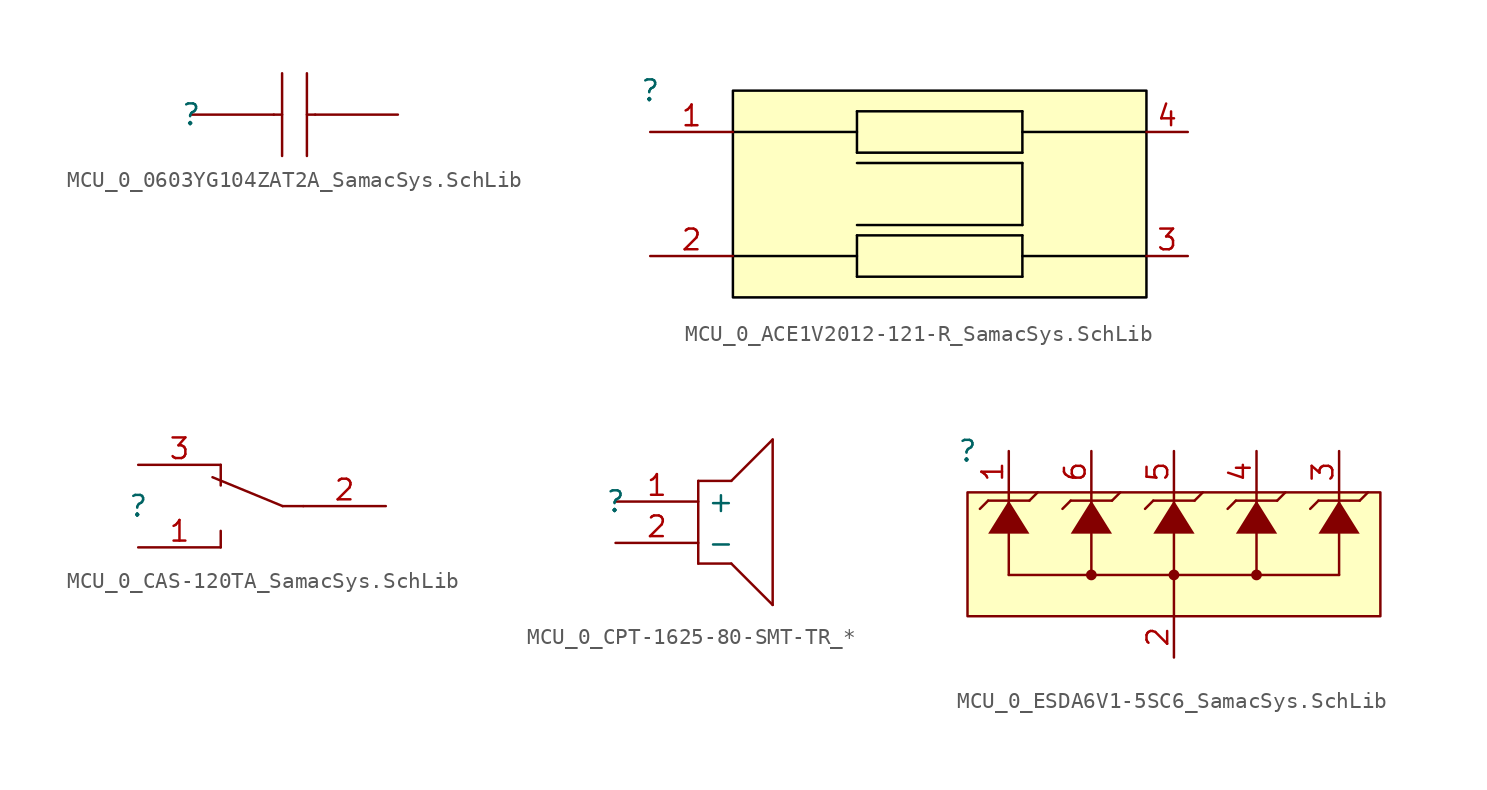
<source format=kicad_sym>
(kicad_symbol_lib
  (version 20241209)
  (generator "kicad_symbol_editor")
  (generator_version "9.0")
  (symbol "MCU_0_0603YG104ZAT2A_SamacSys.SchLib"
    (pin_numbers
      (hide yes))
    (pin_names
      (hide yes))
    (property "Reference" ""
      (at 0 0 0)
      (effects (font (size 1.27 1.27))))
    (property "Value" ""
      (at 0 0 0)
      (effects (font (size 1.27 1.27))))
    (symbol "MCU_0_0603YG104ZAT2A_SamacSys.SchLib_1_0"
      (polyline (pts (xy 5.08 0) (xy 5.588 0)) (stroke (width 0) (type solid)) (fill (type none)))
      (polyline (pts (xy 5.588 2.54) (xy 5.588 -2.54)) (stroke (width 0) (type solid)) (fill (type none)))
      (polyline (pts (xy 7.112 2.54) (xy 7.112 -2.54)) (stroke (width 0) (type solid)) (fill (type none)))
      (polyline (pts (xy 7.112 0) (xy 7.62 0)) (stroke (width 0) (type solid)) (fill (type none)))
      (pin passive line (at 0 0 0) (length 5.08) (name "1" (effects (font (size 1.27 1.27)))) (number "1" (effects (font (size 1.27 1.27)))))
      (pin passive line (at 12.7 0 180) (length 5.08) (name "2" (effects (font (size 1.27 1.27)))) (number "2" (effects (font (size 1.27 1.27)))))))
  (symbol "MCU_0_ACE1V2012-121-R_SamacSys.SchLib"
    (pin_names
      (hide yes))
    (property "Reference" ""
      (at 0 0 0)
      (effects (font (size 1.27 1.27))))
    (property "Value" ""
      (at 0 0 0)
      (effects (font (size 1.27 1.27))))
    (symbol "MCU_0_ACE1V2012-121-R_SamacSys.SchLib_1_0"
      (polyline (pts (xy 5.08 -2.54) (xy 12.7 -2.54)) (stroke (width 0) (type solid) (color 0 0 0 1)) (fill (type none)))
      (polyline (pts (xy 5.08 -10.16) (xy 12.7 -10.16)) (stroke (width 0) (type solid) (color 0 0 0 1)) (fill (type none)))
      (polyline (pts (xy 12.7 -1.27) (xy 12.7 -3.81)) (stroke (width 0) (type solid) (color 0 0 0 1)) (fill (type none)))
      (polyline (pts (xy 12.7 -3.81) (xy 22.86 -3.81)) (stroke (width 0) (type solid) (color 0 0 0 1)) (fill (type none)))
      (polyline (pts (xy 12.7 -4.445) (xy 22.86 -4.445)) (stroke (width 0) (type solid) (color 0 0 0 1)) (fill (type none)))
      (polyline (pts (xy 12.7 -8.89) (xy 22.86 -8.89)) (stroke (width 0) (type solid) (color 0 0 0 1)) (fill (type none)))
      (polyline (pts (xy 12.7 -11.43) (xy 12.7 -8.89)) (stroke (width 0) (type solid) (color 0 0 0 1)) (fill (type none)))
      (polyline (pts (xy 22.86 -1.27) (xy 12.7 -1.27)) (stroke (width 0) (type solid) (color 0 0 0 1)) (fill (type none)))
      (polyline (pts (xy 22.86 -3.81) (xy 22.86 -1.27)) (stroke (width 0) (type solid) (color 0 0 0 1)) (fill (type none)))
      (polyline (pts (xy 22.86 -4.445) (xy 22.86 -8.255)) (stroke (width 0) (type solid) (color 0 0 0 1)) (fill (type none)))
      (polyline (pts (xy 22.86 -8.255) (xy 12.7 -8.255)) (stroke (width 0) (type solid) (color 0 0 0 1)) (fill (type none)))
      (polyline (pts (xy 22.86 -8.89) (xy 22.86 -11.43)) (stroke (width 0) (type solid) (color 0 0 0 1)) (fill (type none)))
      (polyline (pts (xy 22.86 -11.43) (xy 12.7 -11.43)) (stroke (width 0) (type solid) (color 0 0 0 1)) (fill (type none)))
      (rectangle (start 30.48 0) (end 5.08 -12.7) (stroke (width 0) (type solid) (color 0 0 0 1)) (fill (type background)))
      (polyline (pts (xy 30.48 -2.54) (xy 22.86 -2.54)) (stroke (width 0) (type solid) (color 0 0 0 1)) (fill (type none)))
      (polyline (pts (xy 30.48 -10.16) (xy 22.86 -10.16)) (stroke (width 0) (type solid) (color 0 0 0 1)) (fill (type none)))
      (pin passive line (at 0 -2.54 0) (length 5.08) (name "1" (effects (font (size 1.27 1.27)))) (number "1" (effects (font (size 1.27 1.27)))))
      (pin passive line (at 0 -10.16 0) (length 5.08) (name "2" (effects (font (size 1.27 1.27)))) (number "2" (effects (font (size 1.27 1.27)))))
      (pin passive line (at 33.02 -2.54 180) (length 2.54) (name "4" (effects (font (size 1.27 1.27)))) (number "4" (effects (font (size 1.27 1.27)))))
      (pin passive line (at 33.02 -10.16 180) (length 2.54) (name "3" (effects (font (size 1.27 1.27)))) (number "3" (effects (font (size 1.27 1.27)))))))
  (symbol "MCU_0_CAS-120TA_SamacSys.SchLib"
    (pin_names
      (hide yes))
    (property "Reference" ""
      (at 0 0 0)
      (effects (font (size 1.27 1.27))))
    (property "Value" ""
      (at 0 0 0)
      (effects (font (size 1.27 1.27))))
    (symbol "MCU_0_CAS-120TA_SamacSys.SchLib_1_0"
      (polyline (pts (xy 4.572 1.778) (xy 8.89 0)) (stroke (width 0) (type solid)) (fill (type none)))
      (polyline (pts (xy 5.08 2.54) (xy 5.08 1.27)) (stroke (width 0) (type solid)) (fill (type none)))
      (polyline (pts (xy 5.08 -1.524) (xy 5.08 -2.54)) (stroke (width 0) (type solid)) (fill (type none)))
      (polyline (pts (xy 8.89 0) (xy 10.16 0)) (stroke (width 0) (type solid)) (fill (type none)))
      (pin passive line (at 0 2.54 0) (length 5.08) (name "NC_1" (effects (font (size 1.27 1.27)))) (number "3" (effects (font (size 1.27 1.27)))))
      (pin passive line (at 0 -2.54 0) (length 5.08) (name "NO_1" (effects (font (size 1.27 1.27)))) (number "1" (effects (font (size 1.27 1.27)))))
      (pin passive line (at 15.24 0 180) (length 5.08) (name "COM_1" (effects (font (size 1.27 1.27)))) (number "2" (effects (font (size 1.27 1.27)))))))
  (symbol "MCU_0_CPT-1625-80-SMT-TR_*"
    (property "Reference" ""
      (at 0 0 0)
      (effects (font (size 1.27 1.27))))
    (property "Value" ""
      (at 0 0 0)
      (effects (font (size 1.27 1.27))))
    (symbol "MCU_0_CPT-1625-80-SMT-TR_*_1_0"
      (polyline (pts (xy 5.08 1.27) (xy 5.08 -3.81)) (stroke (width 0) (type solid)) (fill (type none)))
      (polyline (pts (xy 5.08 1.27) (xy 7.112 1.27)) (stroke (width 0) (type solid)) (fill (type none)))
      (polyline (pts (xy 7.112 -3.81) (xy 5.08 -3.81)) (stroke (width 0) (type solid)) (fill (type none)))
      (polyline (pts (xy 7.112 -3.81) (xy 9.652 -6.35)) (stroke (width 0) (type solid)) (fill (type none)))
      (polyline (pts (xy 9.652 3.81) (xy 7.112 1.27)) (stroke (width 0) (type solid)) (fill (type none)))
      (polyline (pts (xy 9.652 3.81) (xy 9.652 -6.35)) (stroke (width 0) (type solid)) (fill (type none)))
      (pin passive line (at 0 0 0) (length 5.08) (name "+" (effects (font (size 1.27 1.27)))) (number "1" (effects (font (size 1.27 1.27)))))
      (pin passive line (at 0 -2.54 0) (length 5.08) (name "-" (effects (font (size 1.27 1.27)))) (number "2" (effects (font (size 1.27 1.27)))))))
  (symbol "MCU_0_ESDA6V1-5SC6_SamacSys.SchLib"
    (pin_names
      (hide yes))
    (property "Reference" ""
      (at 0 0 0)
      (effects (font (size 1.27 1.27))))
    (property "Value" ""
      (at 0 0 0)
      (effects (font (size 1.27 1.27))))
    (symbol "MCU_0_ESDA6V1-5SC6_SamacSys.SchLib_1_0"
      (polyline (pts (xy 0.762 -3.556) (xy 1.27 -3.048)) (stroke (width 0) (type solid)) (fill (type none)))
      (polyline (pts (xy 2.54 -2.54) (xy 2.54 -3.556)) (stroke (width 0) (type solid)) (fill (type none)))
      (polyline (pts (xy 2.54 -5.08) (xy 2.54 -7.62)) (stroke (width 0) (type solid)) (fill (type none)))
      (polyline (pts (xy 2.54 -7.62) (xy 7.62 -7.62)) (stroke (width 0) (type solid)) (fill (type none)))
      (polyline (pts (xy 3.81 -3.048) (xy 1.27 -3.048)) (stroke (width 0) (type solid)) (fill (type none)))
      (polyline (pts (xy 3.81 -3.048) (xy 4.318 -2.54)) (stroke (width 0) (type solid)) (fill (type none)))
      (polyline (pts (xy 3.81 -5.08) (xy 1.27 -5.08) (xy 3.81 -5.08) (xy 2.54 -3.048) (xy 1.27 -5.08) (xy 3.81 -5.08)) (stroke (width -0.0001) (type solid)) (fill (type outline)))
      (polyline (pts (xy 5.842 -3.556) (xy 6.35 -3.048)) (stroke (width 0) (type solid)) (fill (type none)))
      (polyline (pts (xy 7.62 -2.54) (xy 7.62 -3.556)) (stroke (width 0) (type solid)) (fill (type none)))
      (polyline (pts (xy 7.62 -7.62) (xy 7.62 -5.08)) (stroke (width 0) (type solid)) (fill (type none)))
      (polyline (pts (xy 7.62 -7.62) (xy 12.7 -7.62)) (stroke (width 0) (type solid)) (fill (type none)))
      (circle (center 7.62 -7.62) (radius 0.254) (stroke (width 0) (type solid)) (fill (type outline)))
      (polyline (pts (xy 8.89 -3.048) (xy 6.35 -3.048)) (stroke (width 0) (type solid)) (fill (type none)))
      (polyline (pts (xy 8.89 -3.048) (xy 9.398 -2.54)) (stroke (width 0) (type solid)) (fill (type none)))
      (polyline (pts (xy 8.89 -5.08) (xy 6.35 -5.08) (xy 8.89 -5.08) (xy 7.62 -3.048) (xy 6.35 -5.08) (xy 8.89 -5.08)) (stroke (width -0.0001) (type solid)) (fill (type outline)))
      (polyline (pts (xy 10.922 -3.556) (xy 11.43 -3.048)) (stroke (width 0) (type solid)) (fill (type none)))
      (polyline (pts (xy 12.7 -2.54) (xy 12.7 -3.556)) (stroke (width 0) (type solid)) (fill (type none)))
      (polyline (pts (xy 12.7 -5.08) (xy 12.7 -7.62)) (stroke (width 0) (type solid)) (fill (type none)))
      (polyline (pts (xy 12.7 -7.62) (xy 17.78 -7.62)) (stroke (width 0) (type solid)) (fill (type none)))
      (circle (center 12.7 -7.62) (radius 0.254) (stroke (width 0) (type solid)) (fill (type outline)))
      (polyline (pts (xy 12.7 -10.16) (xy 12.7 -7.62)) (stroke (width 0) (type solid)) (fill (type none)))
      (polyline (pts (xy 13.97 -3.048) (xy 11.43 -3.048)) (stroke (width 0) (type solid)) (fill (type none)))
      (polyline (pts (xy 13.97 -3.048) (xy 14.478 -2.54)) (stroke (width 0) (type solid)) (fill (type none)))
      (polyline (pts (xy 13.97 -5.08) (xy 11.43 -5.08) (xy 13.97 -5.08) (xy 12.7 -3.048) (xy 11.43 -5.08) (xy 13.97 -5.08)) (stroke (width -0.0001) (type solid)) (fill (type outline)))
      (polyline (pts (xy 16.002 -3.556) (xy 16.51 -3.048)) (stroke (width 0) (type solid)) (fill (type none)))
      (polyline (pts (xy 17.78 -2.54) (xy 17.78 -3.556)) (stroke (width 0) (type solid)) (fill (type none)))
      (polyline (pts (xy 17.78 -5.08) (xy 17.78 -7.62)) (stroke (width 0) (type solid)) (fill (type none)))
      (polyline (pts (xy 17.78 -7.62) (xy 22.86 -7.62)) (stroke (width 0) (type solid)) (fill (type none)))
      (circle (center 17.78 -7.62) (radius 0.254) (stroke (width 0) (type solid)) (fill (type outline)))
      (polyline (pts (xy 19.05 -3.048) (xy 16.51 -3.048)) (stroke (width 0) (type solid)) (fill (type none)))
      (polyline (pts (xy 19.05 -3.048) (xy 19.558 -2.54)) (stroke (width 0) (type solid)) (fill (type none)))
      (polyline (pts (xy 19.05 -5.08) (xy 16.51 -5.08) (xy 19.05 -5.08) (xy 17.78 -3.048) (xy 16.51 -5.08) (xy 19.05 -5.08)) (stroke (width -0.0001) (type solid)) (fill (type outline)))
      (polyline (pts (xy 21.082 -3.556) (xy 21.59 -3.048)) (stroke (width 0) (type solid)) (fill (type none)))
      (polyline (pts (xy 22.86 -2.54) (xy 22.86 -3.556)) (stroke (width 0) (type solid)) (fill (type none)))
      (polyline (pts (xy 22.86 -5.08) (xy 22.86 -7.62)) (stroke (width 0) (type solid)) (fill (type none)))
      (polyline (pts (xy 24.13 -3.048) (xy 21.59 -3.048)) (stroke (width 0) (type solid)) (fill (type none)))
      (polyline (pts (xy 24.13 -3.048) (xy 24.638 -2.54)) (stroke (width 0) (type solid)) (fill (type none)))
      (polyline (pts (xy 24.13 -5.08) (xy 21.59 -5.08) (xy 24.13 -5.08) (xy 22.86 -3.048) (xy 21.59 -5.08) (xy 24.13 -5.08)) (stroke (width -0.0001) (type solid)) (fill (type outline)))
      (rectangle (start 25.4 -2.54) (end 0 -10.16) (stroke (width 0) (type solid) (color 128 0 0 1)) (fill (type background)))
      (pin passive line (at 2.54 0 270) (length 2.54) (name "K1" (effects (font (size 1.27 1.27)))) (number "1" (effects (font (size 1.27 1.27)))))
      (pin passive line (at 7.62 0 270) (length 2.54) (name "K2" (effects (font (size 1.27 1.27)))) (number "6" (effects (font (size 1.27 1.27)))))
      (pin passive line (at 12.7 0 270) (length 2.54) (name "K3" (effects (font (size 1.27 1.27)))) (number "5" (effects (font (size 1.27 1.27)))))
      (pin passive line (at 12.7 -12.7 90) (length 2.54) (name "K2" (effects (font (size 1.27 1.27)))) (number "2" (effects (font (size 1.27 1.27)))))
      (pin passive line (at 17.78 0 270) (length 2.54) (name "K4" (effects (font (size 1.27 1.27)))) (number "4" (effects (font (size 1.27 1.27)))))
      (pin passive line (at 22.86 0 270) (length 2.54) (name "K5" (effects (font (size 1.27 1.27)))) (number "3" (effects (font (size 1.27 1.27))))))))
</source>
